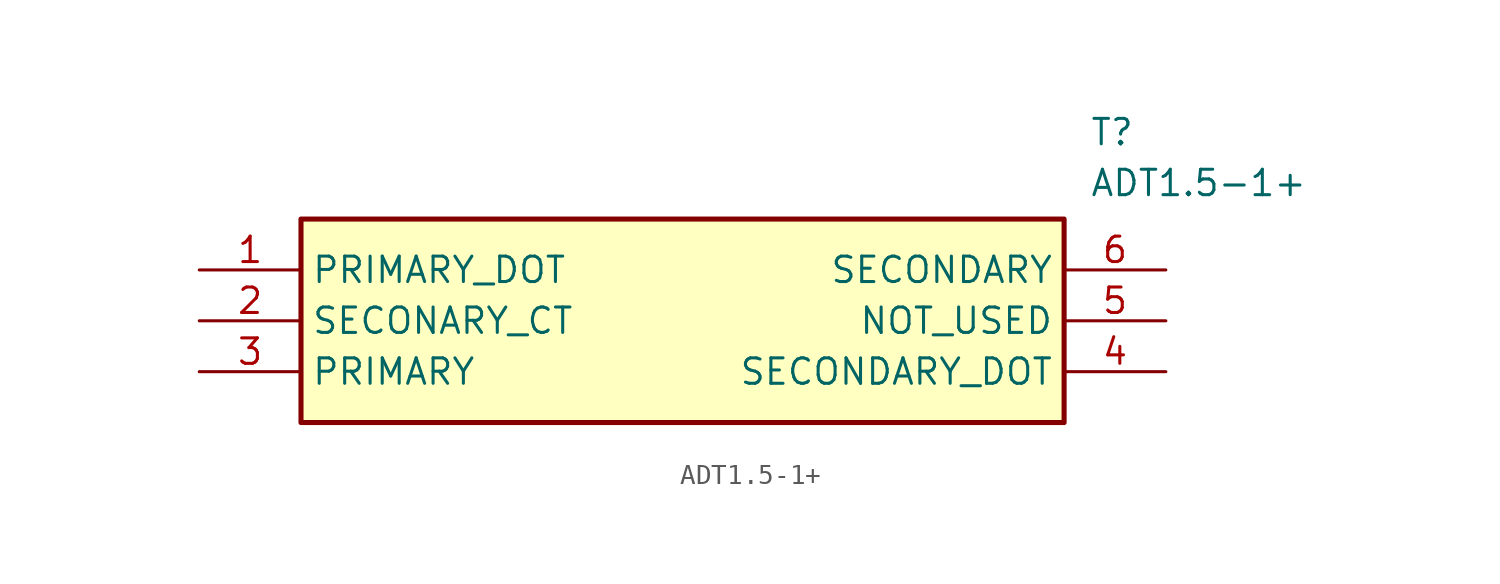
<source format=kicad_sym>
(kicad_symbol_lib
  (version 20211014)
  (generator SamacSys_ECAD_Model)
  (symbol "ADT1.5-1+"
    (property "Reference" "T"
      (at 44.45 7.62 0)
      (effects (font (size 1.27 1.27)) (justify left top)))
    (property "Value" "ADT1.5-1+"
      (at 44.45 5.08 0)
      (effects (font (size 1.27 1.27)) (justify left top)))
    (rectangle
      (start 5.08 2.54)
      (end 43.18 -7.62)
      (stroke (width 0.254) (type default))
      (fill (type background)))
    (pin passive line
      (at 0 0 0)
      (length 5.08)
      (name "PRIMARY_DOT" (effects (font (size 1.27 1.27))))
      (number "1" (effects (font (size 1.27 1.27)))))
    (pin passive line
      (at 0 -2.54 0)
      (length 5.08)
      (name "SECONARY_CT" (effects (font (size 1.27 1.27))))
      (number "2" (effects (font (size 1.27 1.27)))))
    (pin passive line
      (at 0 -5.08 0)
      (length 5.08)
      (name "PRIMARY" (effects (font (size 1.27 1.27))))
      (number "3" (effects (font (size 1.27 1.27)))))
    (pin passive line
      (at 48.26 -5.08 180)
      (length 5.08)
      (name "SECONDARY_DOT" (effects (font (size 1.27 1.27))))
      (number "4" (effects (font (size 1.27 1.27)))))
    (pin passive line
      (at 48.26 -2.54 180)
      (length 5.08)
      (name "NOT_USED" (effects (font (size 1.27 1.27))))
      (number "5" (effects (font (size 1.27 1.27)))))
    (pin passive line
      (at 48.26 0 180)
      (length 5.08)
      (name "SECONDARY" (effects (font (size 1.27 1.27))))
      (number "6" (effects (font (size 1.27 1.27)))))))
</source>
